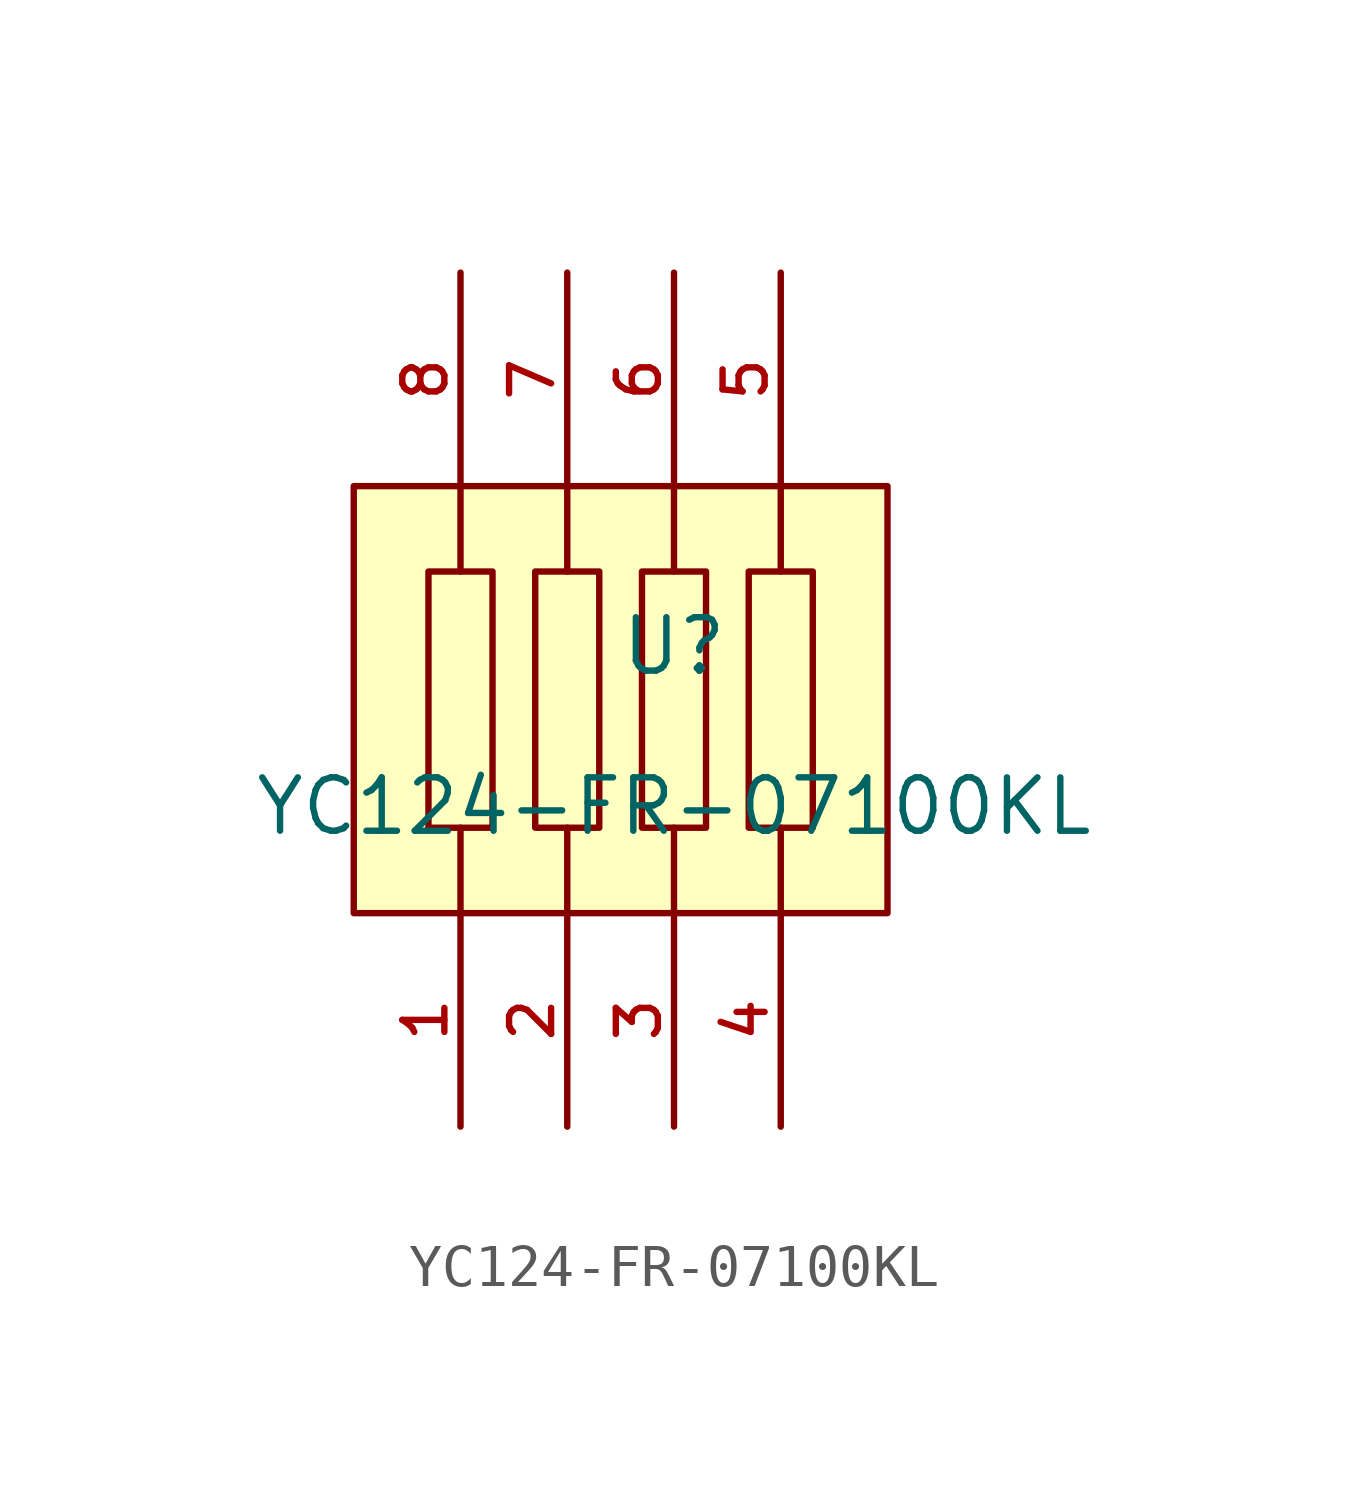
<source format=kicad_sym>
(kicad_symbol_lib
  (version 20210201)
  (generator TousstNicolas/JLC2KiCad_lib)
  (symbol "YC124-FR-07100KL"
    (pin_names hide)
    (property "Reference" "U"
      (at 0 1.27 0)
      (effects (font (size 1.27 1.27))))
    (property "Value" "YC124-FR-07100KL"
      (at 0 -2.54 0)
      (effects (font (size 1.27 1.27))))
    (symbol "YC124-FR-07100KL_0_1"
      (rectangle (start -7.62 5.08) (end 5.08 -5.08) (stroke (width 0) (type default) (color 0 0 0 0)) (fill (type background)))
      (rectangle (start -5.842 3.048) (end -4.318 -3.048) (stroke (width 0) (type default) (color 0 0 0 0)) (fill (type background)))
      (rectangle (start -3.302 3.048) (end -1.778 -3.048) (stroke (width 0) (type default) (color 0 0 0 0)) (fill (type background)))
      (polyline (pts (xy -5.08 3.048) (xy -5.08 5.08)) (stroke (width 0) (type default) (color 0 0 0 0)) (fill (type none)))
      (polyline (pts (xy -2.54 3.048) (xy -2.54 5.08)) (stroke (width 0) (type default) (color 0 0 0 0)) (fill (type none)))
      (polyline (pts (xy -5.08 -3.048) (xy -5.08 -5.08)) (stroke (width 0) (type default) (color 0 0 0 0)) (fill (type none)))
      (polyline (pts (xy -2.54 -3.048) (xy -2.54 -5.08)) (stroke (width 0) (type default) (color 0 0 0 0)) (fill (type none)))
      (rectangle (start -0.762 3.048) (end 0.762 -3.048) (stroke (width 0) (type default) (color 0 0 0 0)) (fill (type background)))
      (rectangle (start 1.778 3.048) (end 3.302 -3.048) (stroke (width 0) (type default) (color 0 0 0 0)) (fill (type background)))
      (polyline (pts (xy 0.0 3.048) (xy 0.0 5.08)) (stroke (width 0) (type default) (color 0 0 0 0)) (fill (type none)))
      (polyline (pts (xy 2.54 3.048) (xy 2.54 5.08)) (stroke (width 0) (type default) (color 0 0 0 0)) (fill (type none)))
      (polyline (pts (xy 0.0 -3.048) (xy 0.0 -5.08)) (stroke (width 0) (type default) (color 0 0 0 0)) (fill (type none)))
      (polyline (pts (xy 2.54 -3.048) (xy 2.54 -5.08)) (stroke (width 0) (type default) (color 0 0 0 0)) (fill (type none)))
      (pin unspecified line (at -5.08 -10.16 90) (length 5.08) (name "1" (effects (font (size 1 1)))) (number "1" (effects (font (size 1 1)))))
      (pin unspecified line (at -2.54 -10.16 90) (length 5.08) (name "2" (effects (font (size 1 1)))) (number "2" (effects (font (size 1 1)))))
      (pin unspecified line (at 0.0 -10.16 90) (length 5.08) (name "3" (effects (font (size 1 1)))) (number "3" (effects (font (size 1 1)))))
      (pin unspecified line (at 2.54 -10.16 90) (length 5.08) (name "4" (effects (font (size 1 1)))) (number "4" (effects (font (size 1 1)))))
      (pin unspecified line (at 2.54 10.16 270) (length 5.08) (name "5" (effects (font (size 1 1)))) (number "5" (effects (font (size 1 1)))))
      (pin unspecified line (at 0.0 10.16 270) (length 5.08) (name "6" (effects (font (size 1 1)))) (number "6" (effects (font (size 1 1)))))
      (pin unspecified line (at -2.54 10.16 270) (length 5.08) (name "7" (effects (font (size 1 1)))) (number "7" (effects (font (size 1 1)))))
      (pin unspecified line (at -5.08 10.16 270) (length 5.08) (name "8" (effects (font (size 1 1)))) (number "8" (effects (font (size 1 1))))))))
</source>
